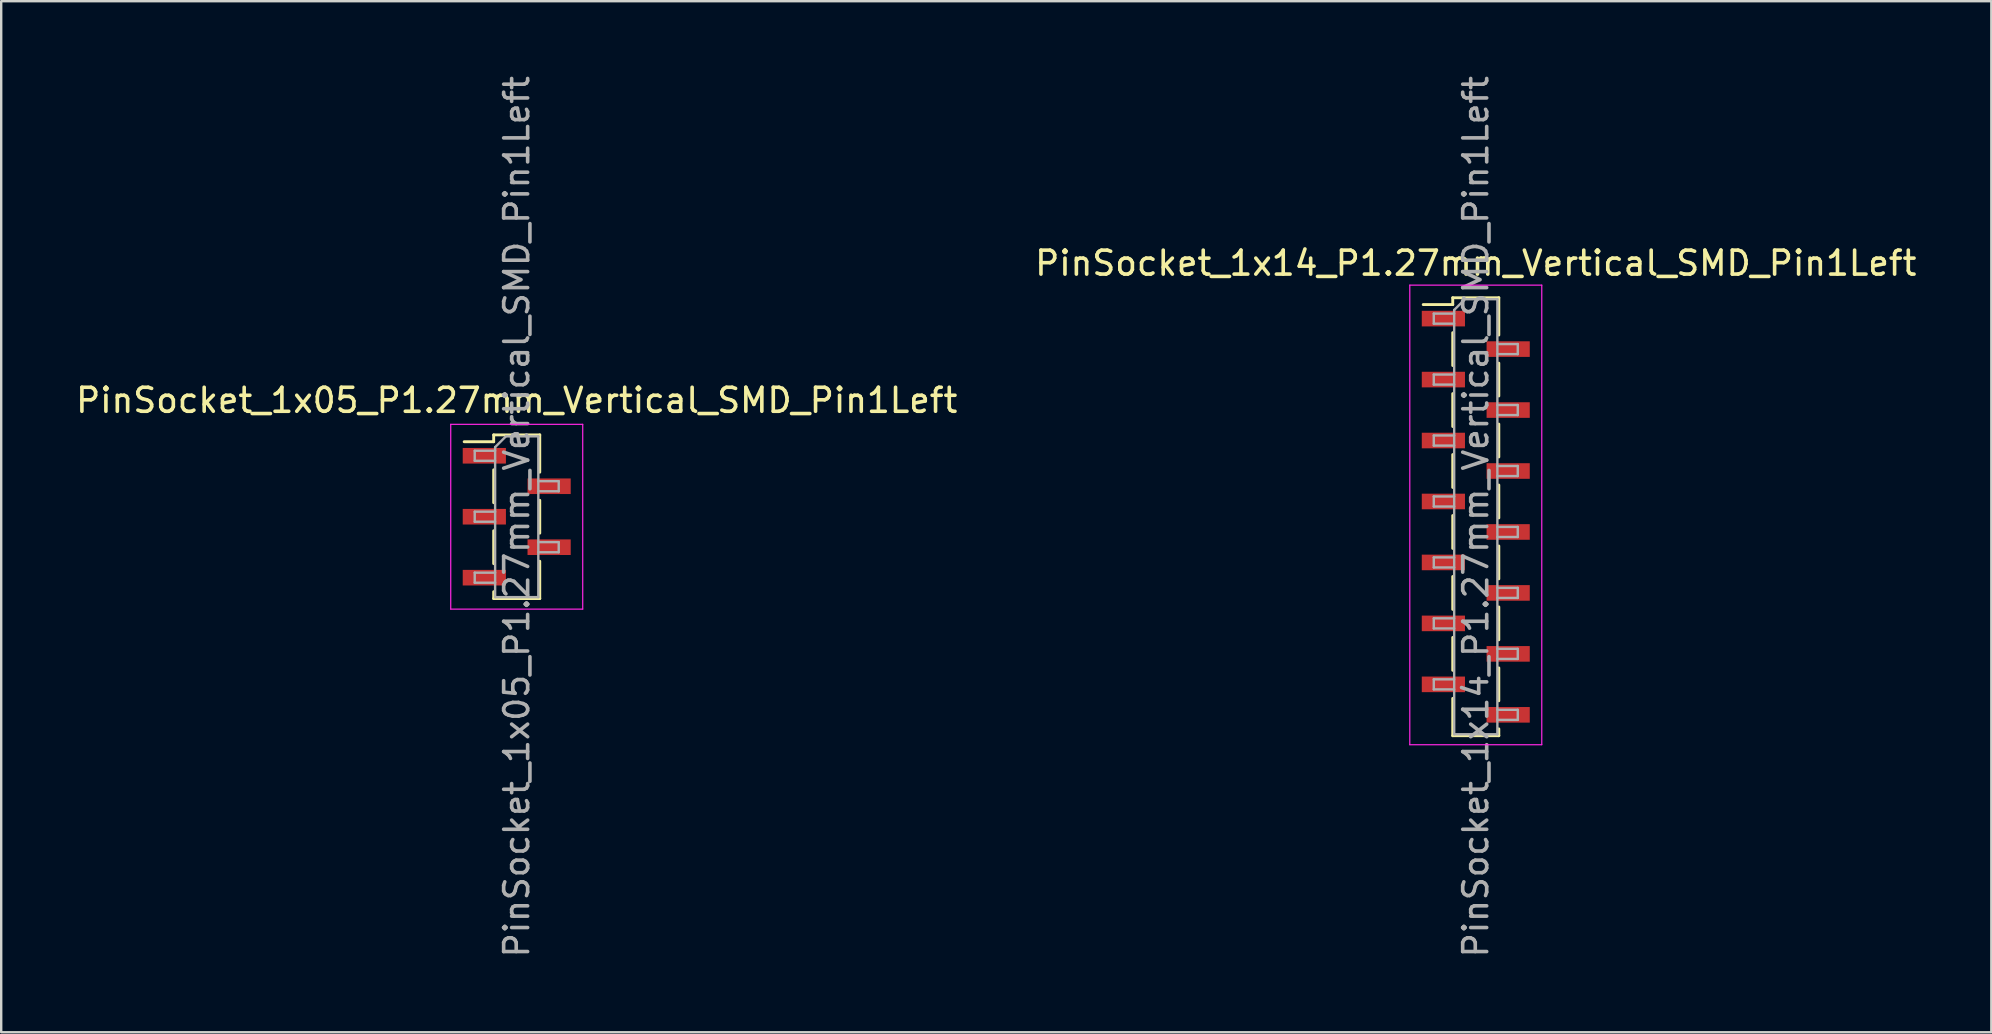
<source format=kicad_pcb>
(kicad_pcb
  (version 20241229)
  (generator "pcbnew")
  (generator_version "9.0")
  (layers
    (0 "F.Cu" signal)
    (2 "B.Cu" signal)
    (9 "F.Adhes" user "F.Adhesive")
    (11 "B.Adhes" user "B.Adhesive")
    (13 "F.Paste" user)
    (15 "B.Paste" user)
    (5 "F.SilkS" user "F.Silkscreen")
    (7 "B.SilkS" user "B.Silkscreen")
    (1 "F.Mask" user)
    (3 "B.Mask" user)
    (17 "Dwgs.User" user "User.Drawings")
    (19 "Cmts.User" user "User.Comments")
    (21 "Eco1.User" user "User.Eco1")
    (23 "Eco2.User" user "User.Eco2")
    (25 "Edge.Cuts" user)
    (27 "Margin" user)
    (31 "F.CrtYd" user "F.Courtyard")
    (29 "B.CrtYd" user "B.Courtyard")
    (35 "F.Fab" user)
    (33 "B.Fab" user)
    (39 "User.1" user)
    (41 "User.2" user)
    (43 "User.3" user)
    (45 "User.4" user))
  (footprint "PinSocket_1x05_P1.27mm_Vertical_SMD_Pin1Left"
    (layer "F.Cu")
    (at 18.482 18.482)
    (property "Reference" "PinSocket_1x05_P1.27mm_Vertical_SMD_Pin1Left" (at 0 -4.85 0) (layer "F.SilkS") (effects (font (size 1 1) (thickness 0.15))))
    (attr smd)
    (fp_line (start -2.19 -3.125) (end -0.96 -3.125) (stroke (width 0.12) (type solid)) (layer "F.SilkS"))
    (fp_line (start -0.96 -3.41) (end -0.96 -3.125) (stroke (width 0.12) (type solid)) (layer "F.SilkS"))
    (fp_line (start -0.96 -3.41) (end 0.96 -3.41) (stroke (width 0.12) (type solid)) (layer "F.SilkS"))
    (fp_line (start -0.96 -1.955) (end -0.96 -0.585) (stroke (width 0.12) (type solid)) (layer "F.SilkS"))
    (fp_line (start -0.96 0.585) (end -0.96 1.955) (stroke (width 0.12) (type solid)) (layer "F.SilkS"))
    (fp_line (start -0.96 3.125) (end -0.96 3.41) (stroke (width 0.12) (type solid)) (layer "F.SilkS"))
    (fp_line (start -0.96 3.41) (end 0.96 3.41) (stroke (width 0.12) (type solid)) (layer "F.SilkS"))
    (fp_line (start 0.96 -3.41) (end 0.96 -1.855) (stroke (width 0.12) (type solid)) (layer "F.SilkS"))
    (fp_line (start 0.96 -0.685) (end 0.96 0.685) (stroke (width 0.12) (type solid)) (layer "F.SilkS"))
    (fp_line (start 0.96 1.855) (end 0.96 3.41) (stroke (width 0.12) (type solid)) (layer "F.SilkS"))
    (fp_line (start -2.75 -3.85) (end 2.75 -3.85) (stroke (width 0.05) (type solid)) (layer "F.CrtYd"))
    (fp_line (start -2.75 3.85) (end -2.75 -3.85) (stroke (width 0.05) (type solid)) (layer "F.CrtYd"))
    (fp_line (start 2.75 -3.85) (end 2.75 3.85) (stroke (width 0.05) (type solid)) (layer "F.CrtYd"))
    (fp_line (start 2.75 3.85) (end -2.75 3.85) (stroke (width 0.05) (type solid)) (layer "F.CrtYd"))
    (fp_line (start -1.75 -2.75) (end -0.9 -2.75) (stroke (width 0.1) (type solid)) (layer "F.Fab"))
    (fp_line (start -1.75 -2.33) (end -1.75 -2.75) (stroke (width 0.1) (type solid)) (layer "F.Fab"))
    (fp_line (start -1.75 -0.21) (end -0.9 -0.21) (stroke (width 0.1) (type solid)) (layer "F.Fab"))
    (fp_line (start -1.75 0.21) (end -1.75 -0.21) (stroke (width 0.1) (type solid)) (layer "F.Fab"))
    (fp_line (start -1.75 2.33) (end -0.9 2.33) (stroke (width 0.1) (type solid)) (layer "F.Fab"))
    (fp_line (start -1.75 2.75) (end -1.75 2.33) (stroke (width 0.1) (type solid)) (layer "F.Fab"))
    (fp_line (start -0.9 -2.9) (end -0.45 -3.35) (stroke (width 0.1) (type solid)) (layer "F.Fab"))
    (fp_line (start -0.9 -2.33) (end -1.75 -2.33) (stroke (width 0.1) (type solid)) (layer "F.Fab"))
    (fp_line (start -0.9 0.21) (end -1.75 0.21) (stroke (width 0.1) (type solid)) (layer "F.Fab"))
    (fp_line (start -0.9 2.75) (end -1.75 2.75) (stroke (width 0.1) (type solid)) (layer "F.Fab"))
    (fp_line (start -0.9 3.35) (end -0.9 -2.9) (stroke (width 0.1) (type solid)) (layer "F.Fab"))
    (fp_line (start -0.45 -3.35) (end 0.9 -3.35) (stroke (width 0.1) (type solid)) (layer "F.Fab"))
    (fp_line (start 0.9 -3.35) (end 0.9 3.35) (stroke (width 0.1) (type solid)) (layer "F.Fab"))
    (fp_line (start 0.9 -1.48) (end 1.75 -1.48) (stroke (width 0.1) (type solid)) (layer "F.Fab"))
    (fp_line (start 0.9 1.06) (end 1.75 1.06) (stroke (width 0.1) (type solid)) (layer "F.Fab"))
    (fp_line (start 0.9 3.35) (end -0.9 3.35) (stroke (width 0.1) (type solid)) (layer "F.Fab"))
    (fp_line (start 1.75 -1.48) (end 1.75 -1.06) (stroke (width 0.1) (type solid)) (layer "F.Fab"))
    (fp_line (start 1.75 -1.06) (end 0.9 -1.06) (stroke (width 0.1) (type solid)) (layer "F.Fab"))
    (fp_line (start 1.75 1.06) (end 1.75 1.48) (stroke (width 0.1) (type solid)) (layer "F.Fab"))
    (fp_line (start 1.75 1.48) (end 0.9 1.48) (stroke (width 0.1) (type solid)) (layer "F.Fab"))
    (fp_text user "${REFERENCE}" (at 0 0 90) (layer "F.Fab") (effects (font (size 1 1) (thickness 0.15))))
    (pad "1" smd rect (at -1.35 -2.54) (size 1.8 0.65) (layers "F.Cu" "F.Mask" "F.Paste"))
    (pad "2" smd rect (at 1.35 -1.27) (size 1.8 0.65) (layers "F.Cu" "F.Mask" "F.Paste"))
    (pad "3" smd rect (at -1.35 0) (size 1.8 0.65) (layers "F.Cu" "F.Mask" "F.Paste"))
    (pad "4" smd rect (at 1.35 1.27) (size 1.8 0.65) (layers "F.Cu" "F.Mask" "F.Paste"))
    (pad "5" smd rect (at -1.35 2.54) (size 1.8 0.65) (layers "F.Cu" "F.Mask" "F.Paste")))
  (footprint "PinSocket_1x14_P1.27mm_Vertical_SMD_Pin1Left"
    (layer "F.Cu")
    (at 58.446 18.482)
    (property "Reference" "PinSocket_1x14_P1.27mm_Vertical_SMD_Pin1Left" (at 0 -10.565 0) (layer "F.SilkS") (effects (font (size 1 1) (thickness 0.15))))
    (attr smd)
    (fp_line (start -2.19 -8.84) (end -0.96 -8.84) (stroke (width 0.12) (type solid)) (layer "F.SilkS"))
    (fp_line (start -0.96 -9.125) (end -0.96 -8.84) (stroke (width 0.12) (type solid)) (layer "F.SilkS"))
    (fp_line (start -0.96 -9.125) (end 0.96 -9.125) (stroke (width 0.12) (type solid)) (layer "F.SilkS"))
    (fp_line (start -0.96 -7.67) (end -0.96 -6.3) (stroke (width 0.12) (type solid)) (layer "F.SilkS"))
    (fp_line (start -0.96 -5.13) (end -0.96 -3.76) (stroke (width 0.12) (type solid)) (layer "F.SilkS"))
    (fp_line (start -0.96 -2.59) (end -0.96 -1.22) (stroke (width 0.12) (type solid)) (layer "F.SilkS"))
    (fp_line (start -0.96 -0.05) (end -0.96 1.32) (stroke (width 0.12) (type solid)) (layer "F.SilkS"))
    (fp_line (start -0.96 2.49) (end -0.96 3.86) (stroke (width 0.12) (type solid)) (layer "F.SilkS"))
    (fp_line (start -0.96 5.03) (end -0.96 6.4) (stroke (width 0.12) (type solid)) (layer "F.SilkS"))
    (fp_line (start -0.96 7.57) (end -0.96 9.125) (stroke (width 0.12) (type solid)) (layer "F.SilkS"))
    (fp_line (start -0.96 9.125) (end 0.96 9.125) (stroke (width 0.12) (type solid)) (layer "F.SilkS"))
    (fp_line (start 0.96 -9.125) (end 0.96 -7.57) (stroke (width 0.12) (type solid)) (layer "F.SilkS"))
    (fp_line (start 0.96 -6.4) (end 0.96 -5.03) (stroke (width 0.12) (type solid)) (layer "F.SilkS"))
    (fp_line (start 0.96 -3.86) (end 0.96 -2.49) (stroke (width 0.12) (type solid)) (layer "F.SilkS"))
    (fp_line (start 0.96 -1.32) (end 0.96 0.05) (stroke (width 0.12) (type solid)) (layer "F.SilkS"))
    (fp_line (start 0.96 1.22) (end 0.96 2.59) (stroke (width 0.12) (type solid)) (layer "F.SilkS"))
    (fp_line (start 0.96 3.76) (end 0.96 5.13) (stroke (width 0.12) (type solid)) (layer "F.SilkS"))
    (fp_line (start 0.96 6.3) (end 0.96 7.67) (stroke (width 0.12) (type solid)) (layer "F.SilkS"))
    (fp_line (start 0.96 8.84) (end 0.96 9.125) (stroke (width 0.12) (type solid)) (layer "F.SilkS"))
    (fp_line (start -2.75 -9.65) (end 2.75 -9.65) (stroke (width 0.05) (type solid)) (layer "F.CrtYd"))
    (fp_line (start -2.75 9.5) (end -2.75 -9.65) (stroke (width 0.05) (type solid)) (layer "F.CrtYd"))
    (fp_line (start 2.75 -9.65) (end 2.75 9.5) (stroke (width 0.05) (type solid)) (layer "F.CrtYd"))
    (fp_line (start 2.75 9.5) (end -2.75 9.5) (stroke (width 0.05) (type solid)) (layer "F.CrtYd"))
    (fp_line (start -1.75 -8.465) (end -0.9 -8.465) (stroke (width 0.1) (type solid)) (layer "F.Fab"))
    (fp_line (start -1.75 -8.045) (end -1.75 -8.465) (stroke (width 0.1) (type solid)) (layer "F.Fab"))
    (fp_line (start -1.75 -5.925) (end -0.9 -5.925) (stroke (width 0.1) (type solid)) (layer "F.Fab"))
    (fp_line (start -1.75 -5.505) (end -1.75 -5.925) (stroke (width 0.1) (type solid)) (layer "F.Fab"))
    (fp_line (start -1.75 -3.385) (end -0.9 -3.385) (stroke (width 0.1) (type solid)) (layer "F.Fab"))
    (fp_line (start -1.75 -2.965) (end -1.75 -3.385) (stroke (width 0.1) (type solid)) (layer "F.Fab"))
    (fp_line (start -1.75 -0.845) (end -0.9 -0.845) (stroke (width 0.1) (type solid)) (layer "F.Fab"))
    (fp_line (start -1.75 -0.425) (end -1.75 -0.845) (stroke (width 0.1) (type solid)) (layer "F.Fab"))
    (fp_line (start -1.75 1.695) (end -0.9 1.695) (stroke (width 0.1) (type solid)) (layer "F.Fab"))
    (fp_line (start -1.75 2.115) (end -1.75 1.695) (stroke (width 0.1) (type solid)) (layer "F.Fab"))
    (fp_line (start -1.75 4.235) (end -0.9 4.235) (stroke (width 0.1) (type solid)) (layer "F.Fab"))
    (fp_line (start -1.75 4.655) (end -1.75 4.235) (stroke (width 0.1) (type solid)) (layer "F.Fab"))
    (fp_line (start -1.75 6.775) (end -0.9 6.775) (stroke (width 0.1) (type solid)) (layer "F.Fab"))
    (fp_line (start -1.75 7.195) (end -1.75 6.775) (stroke (width 0.1) (type solid)) (layer "F.Fab"))
    (fp_line (start -0.9 -8.615) (end -0.45 -9.065) (stroke (width 0.1) (type solid)) (layer "F.Fab"))
    (fp_line (start -0.9 -8.045) (end -1.75 -8.045) (stroke (width 0.1) (type solid)) (layer "F.Fab"))
    (fp_line (start -0.9 -5.505) (end -1.75 -5.505) (stroke (width 0.1) (type solid)) (layer "F.Fab"))
    (fp_line (start -0.9 -2.965) (end -1.75 -2.965) (stroke (width 0.1) (type solid)) (layer "F.Fab"))
    (fp_line (start -0.9 -0.425) (end -1.75 -0.425) (stroke (width 0.1) (type solid)) (layer "F.Fab"))
    (fp_line (start -0.9 2.115) (end -1.75 2.115) (stroke (width 0.1) (type solid)) (layer "F.Fab"))
    (fp_line (start -0.9 4.655) (end -1.75 4.655) (stroke (width 0.1) (type solid)) (layer "F.Fab"))
    (fp_line (start -0.9 7.195) (end -1.75 7.195) (stroke (width 0.1) (type solid)) (layer "F.Fab"))
    (fp_line (start -0.9 9.065) (end -0.9 -8.615) (stroke (width 0.1) (type solid)) (layer "F.Fab"))
    (fp_line (start -0.45 -9.065) (end 0.9 -9.065) (stroke (width 0.1) (type solid)) (layer "F.Fab"))
    (fp_line (start 0.9 -9.065) (end 0.9 9.065) (stroke (width 0.1) (type solid)) (layer "F.Fab"))
    (fp_line (start 0.9 -7.195) (end 1.75 -7.195) (stroke (width 0.1) (type solid)) (layer "F.Fab"))
    (fp_line (start 0.9 -4.655) (end 1.75 -4.655) (stroke (width 0.1) (type solid)) (layer "F.Fab"))
    (fp_line (start 0.9 -2.115) (end 1.75 -2.115) (stroke (width 0.1) (type solid)) (layer "F.Fab"))
    (fp_line (start 0.9 0.425) (end 1.75 0.425) (stroke (width 0.1) (type solid)) (layer "F.Fab"))
    (fp_line (start 0.9 2.965) (end 1.75 2.965) (stroke (width 0.1) (type solid)) (layer "F.Fab"))
    (fp_line (start 0.9 5.505) (end 1.75 5.505) (stroke (width 0.1) (type solid)) (layer "F.Fab"))
    (fp_line (start 0.9 8.045) (end 1.75 8.045) (stroke (width 0.1) (type solid)) (layer "F.Fab"))
    (fp_line (start 0.9 9.065) (end -0.9 9.065) (stroke (width 0.1) (type solid)) (layer "F.Fab"))
    (fp_line (start 1.75 -7.195) (end 1.75 -6.775) (stroke (width 0.1) (type solid)) (layer "F.Fab"))
    (fp_line (start 1.75 -6.775) (end 0.9 -6.775) (stroke (width 0.1) (type solid)) (layer "F.Fab"))
    (fp_line (start 1.75 -4.655) (end 1.75 -4.235) (stroke (width 0.1) (type solid)) (layer "F.Fab"))
    (fp_line (start 1.75 -4.235) (end 0.9 -4.235) (stroke (width 0.1) (type solid)) (layer "F.Fab"))
    (fp_line (start 1.75 -2.115) (end 1.75 -1.695) (stroke (width 0.1) (type solid)) (layer "F.Fab"))
    (fp_line (start 1.75 -1.695) (end 0.9 -1.695) (stroke (width 0.1) (type solid)) (layer "F.Fab"))
    (fp_line (start 1.75 0.425) (end 1.75 0.845) (stroke (width 0.1) (type solid)) (layer "F.Fab"))
    (fp_line (start 1.75 0.845) (end 0.9 0.845) (stroke (width 0.1) (type solid)) (layer "F.Fab"))
    (fp_line (start 1.75 2.965) (end 1.75 3.385) (stroke (width 0.1) (type solid)) (layer "F.Fab"))
    (fp_line (start 1.75 3.385) (end 0.9 3.385) (stroke (width 0.1) (type solid)) (layer "F.Fab"))
    (fp_line (start 1.75 5.505) (end 1.75 5.925) (stroke (width 0.1) (type solid)) (layer "F.Fab"))
    (fp_line (start 1.75 5.925) (end 0.9 5.925) (stroke (width 0.1) (type solid)) (layer "F.Fab"))
    (fp_line (start 1.75 8.045) (end 1.75 8.465) (stroke (width 0.1) (type solid)) (layer "F.Fab"))
    (fp_line (start 1.75 8.465) (end 0.9 8.465) (stroke (width 0.1) (type solid)) (layer "F.Fab"))
    (fp_text user "${REFERENCE}" (at 0 0 90) (layer "F.Fab") (effects (font (size 1 1) (thickness 0.15))))
    (pad "1" smd rect (at -1.35 -8.255) (size 1.8 0.65) (layers "F.Cu" "F.Mask" "F.Paste"))
    (pad "2" smd rect (at 1.35 -6.985) (size 1.8 0.65) (layers "F.Cu" "F.Mask" "F.Paste"))
    (pad "3" smd rect (at -1.35 -5.715) (size 1.8 0.65) (layers "F.Cu" "F.Mask" "F.Paste"))
    (pad "4" smd rect (at 1.35 -4.445) (size 1.8 0.65) (layers "F.Cu" "F.Mask" "F.Paste"))
    (pad "5" smd rect (at -1.35 -3.175) (size 1.8 0.65) (layers "F.Cu" "F.Mask" "F.Paste"))
    (pad "6" smd rect (at 1.35 -1.905) (size 1.8 0.65) (layers "F.Cu" "F.Mask" "F.Paste"))
    (pad "7" smd rect (at -1.35 -0.635) (size 1.8 0.65) (layers "F.Cu" "F.Mask" "F.Paste"))
    (pad "8" smd rect (at 1.35 0.635) (size 1.8 0.65) (layers "F.Cu" "F.Mask" "F.Paste"))
    (pad "9" smd rect (at -1.35 1.905) (size 1.8 0.65) (layers "F.Cu" "F.Mask" "F.Paste"))
    (pad "10" smd rect (at 1.35 3.175) (size 1.8 0.65) (layers "F.Cu" "F.Mask" "F.Paste"))
    (pad "11" smd rect (at -1.35 4.445) (size 1.8 0.65) (layers "F.Cu" "F.Mask" "F.Paste"))
    (pad "12" smd rect (at 1.35 5.715) (size 1.8 0.65) (layers "F.Cu" "F.Mask" "F.Paste"))
    (pad "13" smd rect (at -1.35 6.985) (size 1.8 0.65) (layers "F.Cu" "F.Mask" "F.Paste"))
    (pad "14" smd rect (at 1.35 8.255) (size 1.8 0.65) (layers "F.Cu" "F.Mask" "F.Paste")))
  (gr_rect
    (start -3 -3)
    (end 79.929 39.964)
    (stroke (width 0.1) (type default))
    (fill no)
    (layer "Edge.Cuts")))
</source>
